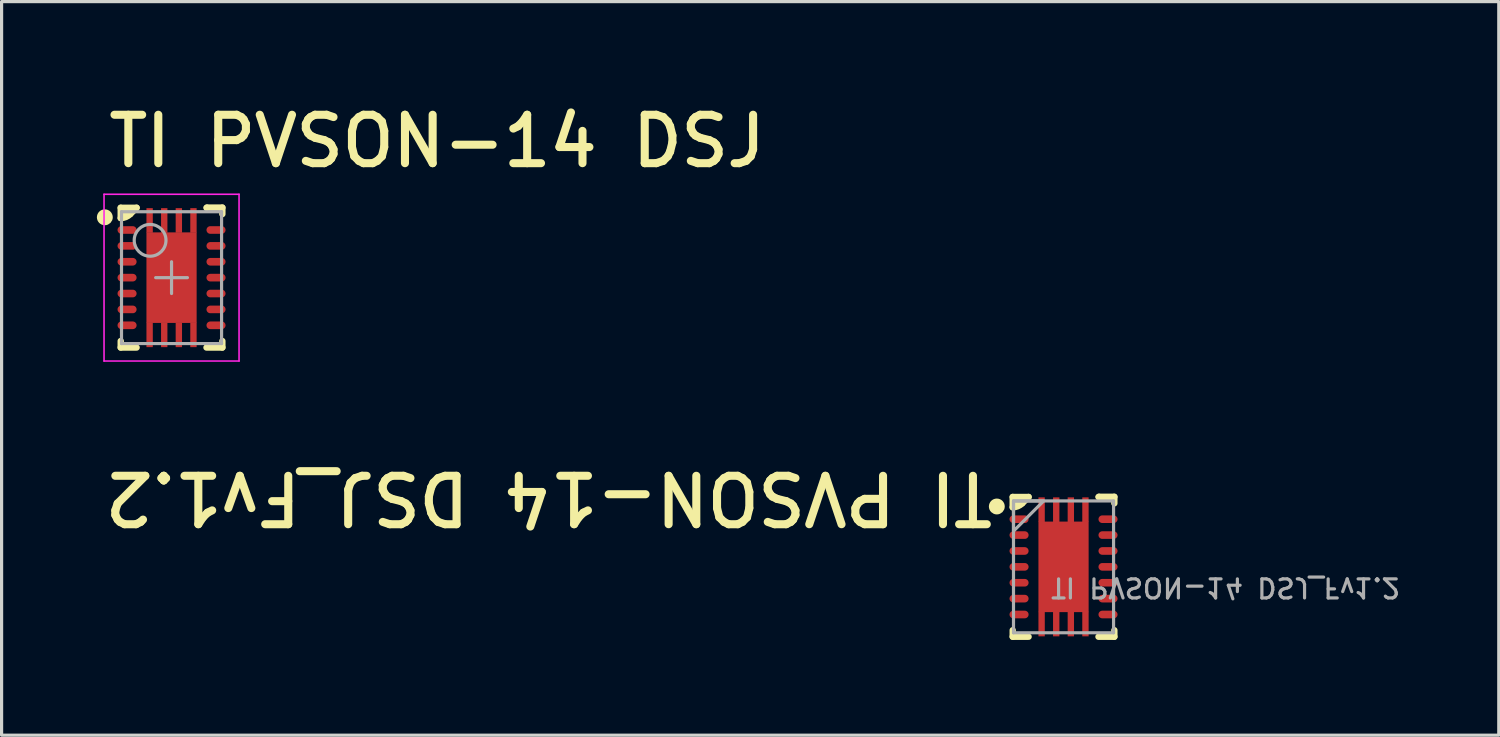
<source format=kicad_pcb>
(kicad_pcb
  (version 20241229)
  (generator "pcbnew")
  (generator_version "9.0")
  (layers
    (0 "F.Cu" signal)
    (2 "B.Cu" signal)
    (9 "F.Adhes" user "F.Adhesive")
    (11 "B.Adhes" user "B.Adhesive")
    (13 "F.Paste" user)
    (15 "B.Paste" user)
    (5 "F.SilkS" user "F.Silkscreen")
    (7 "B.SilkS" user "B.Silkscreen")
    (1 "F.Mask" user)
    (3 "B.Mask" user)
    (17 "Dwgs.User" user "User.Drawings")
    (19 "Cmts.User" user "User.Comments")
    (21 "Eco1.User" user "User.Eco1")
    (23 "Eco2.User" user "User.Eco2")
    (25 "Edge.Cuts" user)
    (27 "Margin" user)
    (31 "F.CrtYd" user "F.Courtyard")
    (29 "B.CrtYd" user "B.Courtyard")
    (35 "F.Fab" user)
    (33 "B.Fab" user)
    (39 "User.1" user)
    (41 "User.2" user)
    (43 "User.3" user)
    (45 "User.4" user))
  (footprint "TI PVSON-14 DSJ"
    (layer "F.Cu")
    (at 2.35 5.69)
    (property "Reference" "TI PVSON-14 DSJ" (at -2.108 -3.404 0) (unlocked yes) (layer "F.SilkS") (effects (font (size 1.524 1.524) (thickness 0.254)) (justify left bottom)))
    (fp_line (start -1.6 -1.875) (end -1.6 -2.2) (stroke (width 0.2) (type solid)) (layer "F.SilkS"))
    (fp_line (start -1.6 2.2) (end -1.6 1.995) (stroke (width 0.2) (type solid)) (layer "F.SilkS"))
    (fp_line (start -1.1 -2.2) (end -1.6 -2.2) (stroke (width 0.2) (type solid)) (layer "F.SilkS"))
    (fp_line (start -1.1 -2.2) (end -1.301 -1.999) (stroke (width 0.2) (type solid)) (layer "F.SilkS"))
    (fp_line (start -1.1 2.2) (end -1.6 2.2) (stroke (width 0.2) (type solid)) (layer "F.SilkS"))
    (fp_line (start 1.6 -2.205) (end 1.112 -2.205) (stroke (width 0.2) (type solid)) (layer "F.SilkS"))
    (fp_line (start 1.6 -2) (end 1.6 -2.205) (stroke (width 0.2) (type solid)) (layer "F.SilkS"))
    (fp_line (start 1.6 2.2) (end 1.1 2.2) (stroke (width 0.2) (type solid)) (layer "F.SilkS"))
    (fp_line (start 1.6 2.2) (end 1.6 1.995) (stroke (width 0.2) (type solid)) (layer "F.SilkS"))
    (fp_arc (start -1.301262 -1.998742) (mid -1.438324 -1.90716) (end -1.6 -1.875) (stroke (width 0.2) (type solid)) (layer "F.SilkS"))
    (fp_arc (start 1.099993 -2.200007) (mid 1.105534 -2.203709) (end 1.11207 -2.20501) (stroke (width 0.2) (type solid)) (layer "F.SilkS"))
    (fp_circle (center -2.1 -1.9) (end -2.1 -2.025) (stroke (width 0.25) (type solid)) (fill no) (layer "F.SilkS"))
    (fp_poly (pts (xy -1.6 -2.2) (xy -1.1 -2.2) (xy -1.425 -1.875) (xy -1.6 -1.875)) (stroke (width 0) (type default)) (fill yes) (layer "F.SilkS"))
    (fp_line (start -2.125 2.625) (end -2.125 -2.625) (stroke (width 0.05) (type solid)) (layer "F.CrtYd"))
    (fp_line (start 2.125 -2.625) (end -2.125 -2.625) (stroke (width 0.05) (type solid)) (layer "F.CrtYd"))
    (fp_line (start 2.125 2.625) (end -2.125 2.625) (stroke (width 0.05) (type solid)) (layer "F.CrtYd"))
    (fp_line (start 2.125 2.625) (end 2.125 -2.625) (stroke (width 0.05) (type solid)) (layer "F.CrtYd"))
    (fp_line (start -1.575 2.075) (end -1.575 -2.075) (stroke (width 0.1) (type solid)) (layer "F.Fab"))
    (fp_line (start 0 0.5) (end 0 -0.5) (stroke (width 0.1) (type solid)) (layer "F.Fab"))
    (fp_line (start 0.5 0) (end -0.5 0) (stroke (width 0.1) (type solid)) (layer "F.Fab"))
    (fp_line (start 1.575 -2.075) (end -1.575 -2.075) (stroke (width 0.1) (type solid)) (layer "F.Fab"))
    (fp_line (start 1.575 2.075) (end -1.575 2.075) (stroke (width 0.1) (type solid)) (layer "F.Fab"))
    (fp_line (start 1.575 2.075) (end 1.575 -2.075) (stroke (width 0.1) (type solid)) (layer "F.Fab"))
    (fp_circle (center -0.675 -1.175) (end -0.675 -1.675) (stroke (width 0.1) (type solid)) (fill no) (layer "F.Fab"))
    (pad "1" smd oval (at -1.4 -1.5 90) (size 0.24 0.6) (layers "F.Cu" "F.Mask" "F.Paste"))
    (pad "2" smd oval (at -1.4 -1 90) (size 0.24 0.6) (layers "F.Cu" "F.Mask" "F.Paste"))
    (pad "3" smd oval (at -1.4 -0.5 90) (size 0.24 0.6) (layers "F.Cu" "F.Mask" "F.Paste"))
    (pad "4" smd oval (at -1.4 0 90) (size 0.24 0.6) (layers "F.Cu" "F.Mask" "F.Paste"))
    (pad "5" smd oval (at -1.4 0.5 90) (size 0.24 0.6) (layers "F.Cu" "F.Mask" "F.Paste"))
    (pad "6" smd oval (at -1.4 1 90) (size 0.24 0.6) (layers "F.Cu" "F.Mask" "F.Paste"))
    (pad "7" smd oval (at -1.4 1.5 90) (size 0.24 0.6) (layers "F.Cu" "F.Mask" "F.Paste"))
    (pad "8" smd oval (at 1.4 1.5 90) (size 0.24 0.6) (layers "F.Cu" "F.Mask" "F.Paste"))
    (pad "9" smd oval (at 1.4 1 90) (size 0.24 0.6) (layers "F.Cu" "F.Mask" "F.Paste"))
    (pad "10" smd oval (at 1.4 0.5 90) (size 0.24 0.6) (layers "F.Cu" "F.Mask" "F.Paste"))
    (pad "11" smd oval (at 1.4 0 90) (size 0.24 0.6) (layers "F.Cu" "F.Mask" "F.Paste"))
    (pad "12" smd oval (at 1.4 -0.5 90) (size 0.24 0.6) (layers "F.Cu" "F.Mask" "F.Paste"))
    (pad "13" smd oval (at 1.4 -1 90) (size 0.24 0.6) (layers "F.Cu" "F.Mask" "F.Paste"))
    (pad "14" smd oval (at 1.4 -1.5 90) (size 0.24 0.6) (layers "F.Cu" "F.Mask" "F.Paste"))
    (pad "15" smd rect (at -0.69 -1.8) (size 0.2 0.775) (layers "F.Cu" "F.Mask" "F.Paste"))
    (pad "15" smd rect (at -0.69 1.8) (size 0.2 0.775) (layers "F.Cu" "F.Mask" "F.Paste"))
    (pad "15" smd rect (at -0.23 -1.8) (size 0.2 0.775) (layers "F.Cu" "F.Mask" "F.Paste"))
    (pad "15" smd rect (at -0.23 1.8) (size 0.2 0.775) (layers "F.Cu" "F.Mask" "F.Paste"))
    (pad "15" smd rect (at 0 0) (size 1.58 2.85) (layers "F.Cu" "F.Mask" "F.Paste"))
    (pad "15" smd rect (at 0.23 -1.8 180) (size 0.2 0.775) (layers "F.Cu" "F.Mask" "F.Paste"))
    (pad "15" smd rect (at 0.23 1.8 180) (size 0.2 0.775) (layers "F.Cu" "F.Mask" "F.Paste"))
    (pad "15" smd rect (at 0.69 -1.8 180) (size 0.2 0.775) (layers "F.Cu" "F.Mask" "F.Paste"))
    (pad "15" smd rect (at 0.69 1.8 180) (size 0.2 0.775) (layers "F.Cu" "F.Mask" "F.Paste")))
  (footprint "TI PVSON-14 DSJ_Fv1.2"
    (layer "F.Cu")
    (at 30.429 14.794)
    (property "Reference" "TI PVSON-14 DSJ_Fv1.2" (at -2.104 -3.066 180) (unlocked yes) (layer "F.SilkS") (effects (font (size 1.524 1.524) (thickness 0.254)) (justify left bottom)))
    (fp_line (start -1.6 -1.875) (end -1.6 -2.2) (stroke (width 0.2) (type solid)) (layer "F.SilkS"))
    (fp_line (start -1.6 2.2) (end -1.6 1.995) (stroke (width 0.2) (type solid)) (layer "F.SilkS"))
    (fp_line (start -1.1 -2.2) (end -1.6 -2.2) (stroke (width 0.2) (type solid)) (layer "F.SilkS"))
    (fp_line (start -1.1 -2.2) (end -1.301 -1.999) (stroke (width 0.2) (type solid)) (layer "F.SilkS"))
    (fp_line (start -1.1 2.2) (end -1.6 2.2) (stroke (width 0.2) (type solid)) (layer "F.SilkS"))
    (fp_line (start 1.6 -2.205) (end 1.112 -2.205) (stroke (width 0.2) (type solid)) (layer "F.SilkS"))
    (fp_line (start 1.6 -2) (end 1.6 -2.205) (stroke (width 0.2) (type solid)) (layer "F.SilkS"))
    (fp_line (start 1.6 2.2) (end 1.1 2.2) (stroke (width 0.2) (type solid)) (layer "F.SilkS"))
    (fp_line (start 1.6 2.2) (end 1.6 1.995) (stroke (width 0.2) (type solid)) (layer "F.SilkS"))
    (fp_arc (start -1.301262 -1.998742) (mid -1.438324 -1.90716) (end -1.6 -1.875) (stroke (width 0.2) (type solid)) (layer "F.SilkS"))
    (fp_arc (start 1.100003 -2.200007) (mid 1.105544 -2.203709) (end 1.11208 -2.20501) (stroke (width 0.2) (type solid)) (layer "F.SilkS"))
    (fp_circle (center -2.1 -1.9) (end -2.1 -2.025) (stroke (width 0.25) (type solid)) (fill no) (layer "F.SilkS"))
    (fp_poly (pts (xy -1.6 -2.2) (xy -1.1 -2.2) (xy -1.425 -1.875) (xy -1.6 -1.875)) (stroke (width 0) (type default)) (fill yes) (layer "F.SilkS"))
    (fp_line (start -1.575 2.075) (end -1.575 -2.075) (stroke (width 0.1) (type solid)) (layer "F.Fab"))
    (fp_line (start 1.575 -2.075) (end -1.575 -2.075) (stroke (width 0.1) (type solid)) (layer "F.Fab"))
    (fp_line (start 1.575 2.075) (end -1.575 2.075) (stroke (width 0.1) (type solid)) (layer "F.Fab"))
    (fp_line (start 1.575 2.075) (end 1.575 -2.075) (stroke (width 0.1) (type solid)) (layer "F.Fab"))
    (fp_poly (pts (xy -1.575 -2.075) (xy -0.625 -2.075) (xy -1.575 -1.125)) (stroke (width 0.1) (type default)) (fill no) (layer "F.Fab"))
    (fp_text user "${REFERENCE}" (at -0.45 0.3 180) (unlocked yes) (layer "F.Fab") (effects (font (size 0.6 0.6) (thickness 0.1)) (justify left bottom mirror)))
    (pad "1" smd oval (at -1.4 -1.5 270) (size 0.24 0.6) (layers "F.Cu" "F.Mask" "F.Paste"))
    (pad "2" smd oval (at -1.4 -1 270) (size 0.24 0.6) (layers "F.Cu" "F.Mask" "F.Paste"))
    (pad "3" smd oval (at -1.4 -0.5 270) (size 0.24 0.6) (layers "F.Cu" "F.Mask" "F.Paste"))
    (pad "4" smd oval (at -1.4 0 270) (size 0.24 0.6) (layers "F.Cu" "F.Mask" "F.Paste"))
    (pad "5" smd oval (at -1.4 0.5 270) (size 0.24 0.6) (layers "F.Cu" "F.Mask" "F.Paste"))
    (pad "6" smd oval (at -1.4 1 270) (size 0.24 0.6) (layers "F.Cu" "F.Mask" "F.Paste"))
    (pad "7" smd oval (at -1.4 1.5 270) (size 0.24 0.6) (layers "F.Cu" "F.Mask" "F.Paste"))
    (pad "8" smd oval (at 1.4 1.5 270) (size 0.24 0.6) (layers "F.Cu" "F.Mask" "F.Paste"))
    (pad "9" smd oval (at 1.4 1 270) (size 0.24 0.6) (layers "F.Cu" "F.Mask" "F.Paste"))
    (pad "10" smd oval (at 1.4 0.5 270) (size 0.24 0.6) (layers "F.Cu" "F.Mask" "F.Paste"))
    (pad "11" smd oval (at 1.4 0 270) (size 0.24 0.6) (layers "F.Cu" "F.Mask" "F.Paste"))
    (pad "12" smd oval (at 1.4 -0.5 270) (size 0.24 0.6) (layers "F.Cu" "F.Mask" "F.Paste"))
    (pad "13" smd oval (at 1.4 -1 270) (size 0.24 0.6) (layers "F.Cu" "F.Mask" "F.Paste"))
    (pad "14" smd oval (at 1.4 -1.5 270) (size 0.24 0.6) (layers "F.Cu" "F.Mask" "F.Paste"))
    (pad "15" smd rect (at -0.69 -1.8 180) (size 0.2 0.775) (layers "F.Cu" "F.Mask" "F.Paste"))
    (pad "15" smd rect (at -0.69 1.8 180) (size 0.2 0.775) (layers "F.Cu" "F.Mask" "F.Paste"))
    (pad "15" smd rect (at -0.23 -1.8 180) (size 0.2 0.775) (layers "F.Cu" "F.Mask" "F.Paste"))
    (pad "15" smd rect (at -0.23 1.8 180) (size 0.2 0.775) (layers "F.Cu" "F.Mask" "F.Paste"))
    (pad "15" smd rect (at 0 0 180) (size 1.58 2.85) (layers "F.Cu" "F.Mask" "F.Paste"))
    (pad "15" smd rect (at 0.23 -1.8) (size 0.2 0.775) (layers "F.Cu" "F.Mask" "F.Paste"))
    (pad "15" smd rect (at 0.23 1.8) (size 0.2 0.775) (layers "F.Cu" "F.Mask" "F.Paste"))
    (pad "15" smd rect (at 0.69 -1.8) (size 0.2 0.775) (layers "F.Cu" "F.Mask" "F.Paste"))
    (pad "15" smd rect (at 0.69 1.8) (size 0.2 0.775) (layers "F.Cu" "F.Mask" "F.Paste")))
  (gr_rect
    (start -3 -3)
    (end 44.13 20.094)
    (stroke (width 0.1) (type default))
    (fill no)
    (layer "Edge.Cuts")))
</source>
